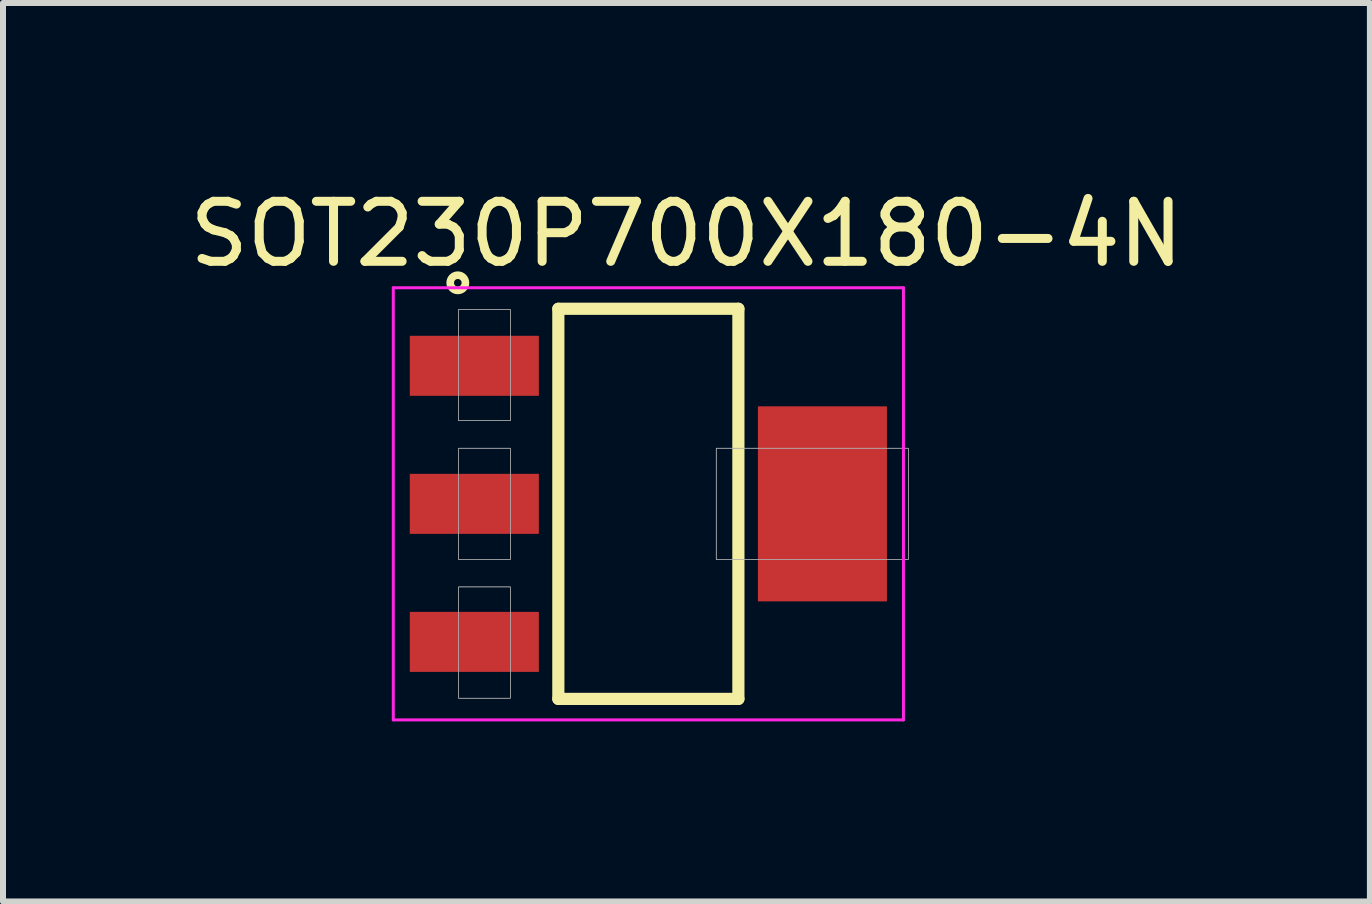
<source format=kicad_pcb>
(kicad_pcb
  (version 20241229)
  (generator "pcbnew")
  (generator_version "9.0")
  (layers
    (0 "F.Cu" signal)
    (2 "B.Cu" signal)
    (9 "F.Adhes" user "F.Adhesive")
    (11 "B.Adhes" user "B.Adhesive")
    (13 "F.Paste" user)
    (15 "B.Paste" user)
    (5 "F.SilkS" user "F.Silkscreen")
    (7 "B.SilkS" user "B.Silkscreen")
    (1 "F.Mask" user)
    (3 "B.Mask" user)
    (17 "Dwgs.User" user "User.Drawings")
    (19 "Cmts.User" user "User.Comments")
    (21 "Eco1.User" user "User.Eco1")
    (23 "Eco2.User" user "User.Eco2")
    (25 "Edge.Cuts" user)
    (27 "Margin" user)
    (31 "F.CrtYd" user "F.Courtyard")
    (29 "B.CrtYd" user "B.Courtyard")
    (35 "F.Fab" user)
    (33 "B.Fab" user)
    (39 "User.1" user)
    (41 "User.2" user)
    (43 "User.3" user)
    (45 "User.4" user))
  (footprint "SOT230P700X180-4N"
    (layer "F.Cu")
    (at 7.753 5.345)
    (property "Reference" "SOT230P700X180-4N" (at 0.635 -4.496 0) (layer "F.SilkS") (effects (font (size 1 1) (thickness 0.15))))
    (attr smd)
    (fp_line (start -1.5 -3.25) (end 1.5 -3.25) (stroke (width 0.203) (type solid)) (layer "F.SilkS"))
    (fp_line (start -1.5 3.25) (end -1.5 -3.25) (stroke (width 0.203) (type solid)) (layer "F.SilkS"))
    (fp_line (start 1.5 -3.25) (end 1.5 3.25) (stroke (width 0.203) (type solid)) (layer "F.SilkS"))
    (fp_line (start 1.5 3.25) (end -1.5 3.25) (stroke (width 0.203) (type solid)) (layer "F.SilkS"))
    (fp_circle (center -3.175 -3.683) (end -3.048 -3.683) (stroke (width 0.127) (type solid)) (fill no) (layer "F.SilkS"))
    (fp_line (start -4.25 -3.6) (end 4.25 -3.6) (stroke (width 0.05) (type solid)) (layer "F.CrtYd"))
    (fp_line (start -4.25 3.6) (end -4.25 -3.6) (stroke (width 0.05) (type solid)) (layer "F.CrtYd"))
    (fp_line (start 4.25 -3.6) (end 4.25 3.6) (stroke (width 0.05) (type solid)) (layer "F.CrtYd"))
    (fp_line (start 4.25 3.6) (end -4.25 3.6) (stroke (width 0.05) (type solid)) (layer "F.CrtYd"))
    (fp_poly (pts (xy -3.165 -3.239) (xy -2.299 -3.239) (xy -2.299 -1.385) (xy -3.165 -1.385)) (stroke (width 0.01) (type solid)) (fill no) (layer "F.Fab"))
    (fp_poly (pts (xy -3.163 1.384) (xy -2.299 1.384) (xy -2.299 3.239) (xy -3.163 3.239)) (stroke (width 0.01) (type solid)) (fill no) (layer "F.Fab"))
    (fp_poly (pts (xy -3.163 -0.927) (xy -2.299 -0.927) (xy -2.299 0.927) (xy -3.163 0.927)) (stroke (width 0.01) (type solid)) (fill no) (layer "F.Fab"))
    (fp_poly (pts (xy -3.163 -3.239) (xy -2.299 -3.239) (xy -2.299 -1.385) (xy -3.163 -1.385)) (stroke (width 0.01) (type solid)) (fill no) (layer "F.Fab"))
    (fp_poly (pts (xy -3.163 1.384) (xy -2.299 1.384) (xy -2.299 3.239) (xy -3.163 3.239)) (stroke (width 0.01) (type solid)) (fill no) (layer "F.Fab"))
    (fp_poly (pts (xy -3.162 -0.927) (xy -2.299 -0.927) (xy -2.299 0.927) (xy -3.162 0.927)) (stroke (width 0.01) (type solid)) (fill no) (layer "F.Fab"))
    (fp_poly (pts (xy 1.131 -0.927) (xy 4.331 -0.927) (xy 4.331 0.928) (xy 1.131 0.928)) (stroke (width 0.01) (type solid)) (fill no) (layer "F.Fab"))
    (fp_poly (pts (xy 1.131 -0.927) (xy 4.331 -0.927) (xy 4.331 0.928) (xy 1.131 0.928)) (stroke (width 0.01) (type solid)) (fill no) (layer "F.Fab"))
    (pad "1" smd rect (at -2.9 -2.3 270) (size 1 2.15) (layers "F.Cu" "F.Mask" "F.Paste"))
    (pad "2" smd rect (at -2.9 0 270) (size 1 2.15) (layers "F.Cu" "F.Mask" "F.Paste"))
    (pad "3" smd rect (at -2.9 2.3 270) (size 1 2.15) (layers "F.Cu" "F.Mask" "F.Paste"))
    (pad "4" smd rect (at 2.9 0 270) (size 3.25 2.15) (layers "F.Cu" "F.Mask" "F.Paste")))
  (gr_rect
    (start -3 -3)
    (end 19.775 11.97)
    (stroke (width 0.1) (type default))
    (fill no)
    (layer "Edge.Cuts")))
</source>
